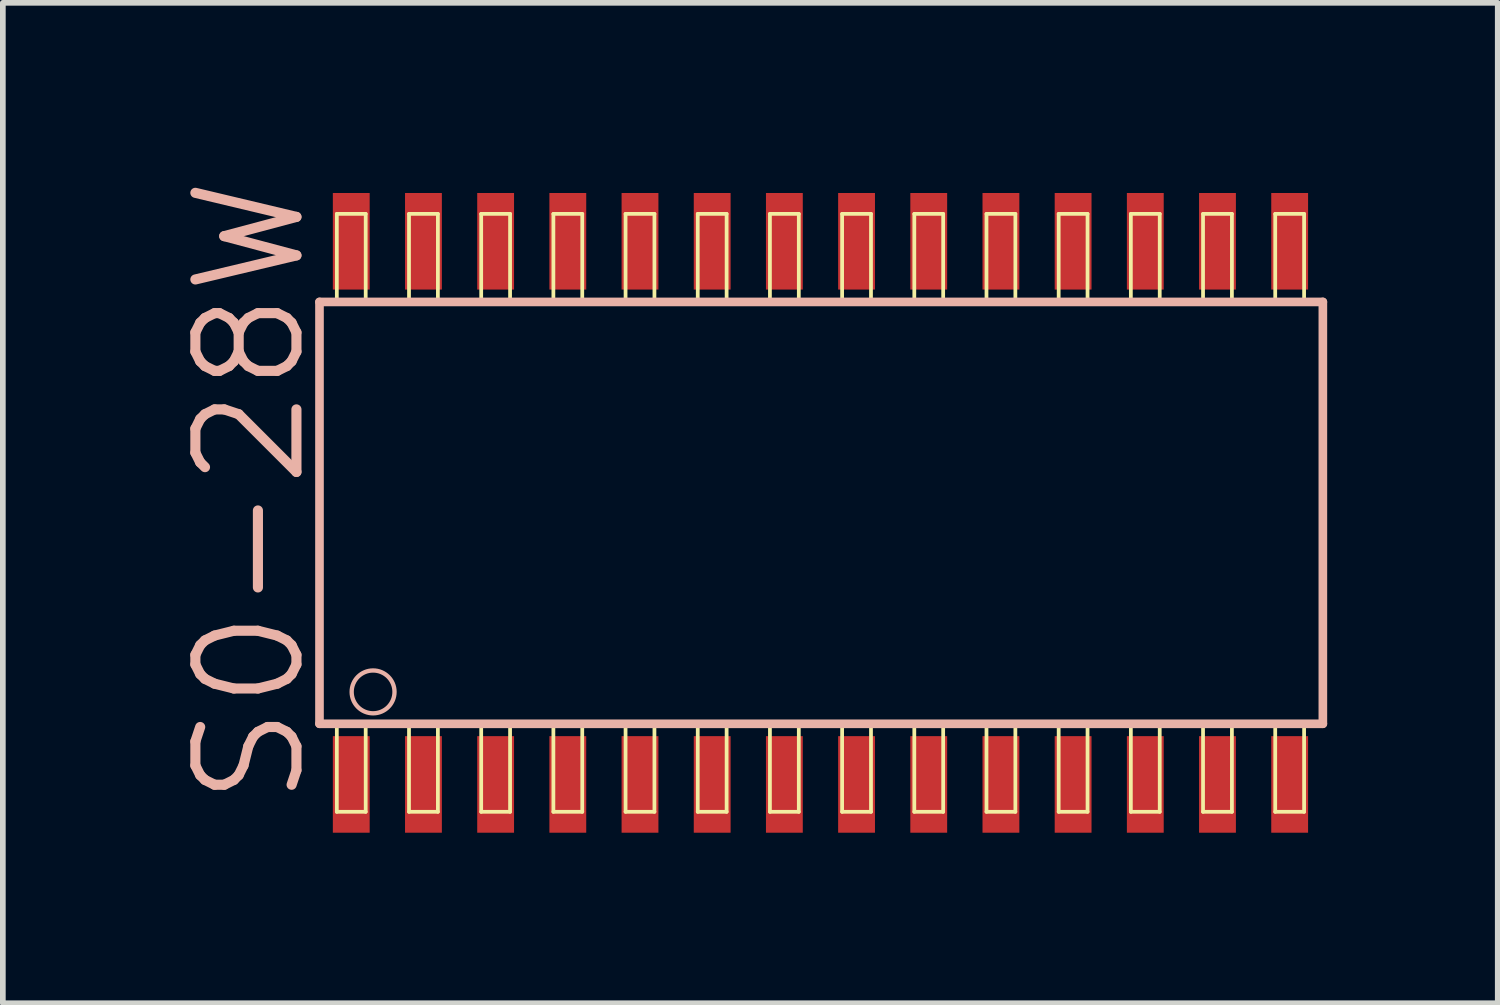
<source format=kicad_pcb>
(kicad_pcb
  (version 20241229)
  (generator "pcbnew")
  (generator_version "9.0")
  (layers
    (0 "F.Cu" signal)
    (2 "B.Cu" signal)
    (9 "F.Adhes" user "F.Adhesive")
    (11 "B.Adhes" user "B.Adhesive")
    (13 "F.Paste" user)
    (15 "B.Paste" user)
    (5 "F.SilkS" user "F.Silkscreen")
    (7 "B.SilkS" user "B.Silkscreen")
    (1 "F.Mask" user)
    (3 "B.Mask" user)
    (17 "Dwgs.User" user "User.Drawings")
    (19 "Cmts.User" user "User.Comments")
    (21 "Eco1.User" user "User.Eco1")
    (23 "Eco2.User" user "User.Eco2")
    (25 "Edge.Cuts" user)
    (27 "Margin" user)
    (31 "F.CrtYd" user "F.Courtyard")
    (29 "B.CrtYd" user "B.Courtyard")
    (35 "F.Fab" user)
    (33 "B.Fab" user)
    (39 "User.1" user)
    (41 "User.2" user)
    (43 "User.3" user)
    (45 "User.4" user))
  (footprint "S0-28W"
    (layer "F.Cu")
    (at 10.75 5.973)
    (property "Reference" "S0-28W" (at -9.398 -0.381 90) (layer "B.SilkS") (effects (font (size 1.778 1.778) (thickness 0.178))))
    (attr smd)
    (fp_line (start -7.874 -5.26) (end -7.366 -5.26) (stroke (width 0.066) (type solid)) (layer "F.SilkS"))
    (fp_line (start -7.874 -3.736) (end -7.874 -5.26) (stroke (width 0.066) (type solid)) (layer "F.SilkS"))
    (fp_line (start -7.874 -3.736) (end -7.366 -3.736) (stroke (width 0.066) (type solid)) (layer "F.SilkS"))
    (fp_line (start -7.874 3.736) (end -7.366 3.736) (stroke (width 0.066) (type solid)) (layer "F.SilkS"))
    (fp_line (start -7.874 5.26) (end -7.874 3.736) (stroke (width 0.066) (type solid)) (layer "F.SilkS"))
    (fp_line (start -7.874 5.26) (end -7.366 5.26) (stroke (width 0.066) (type solid)) (layer "F.SilkS"))
    (fp_line (start -7.366 -3.736) (end -7.366 -5.26) (stroke (width 0.066) (type solid)) (layer "F.SilkS"))
    (fp_line (start -7.366 5.26) (end -7.366 3.736) (stroke (width 0.066) (type solid)) (layer "F.SilkS"))
    (fp_line (start -6.604 -5.26) (end -6.096 -5.26) (stroke (width 0.066) (type solid)) (layer "F.SilkS"))
    (fp_line (start -6.604 -3.736) (end -6.604 -5.26) (stroke (width 0.066) (type solid)) (layer "F.SilkS"))
    (fp_line (start -6.604 -3.736) (end -6.096 -3.736) (stroke (width 0.066) (type solid)) (layer "F.SilkS"))
    (fp_line (start -6.604 3.736) (end -6.096 3.736) (stroke (width 0.066) (type solid)) (layer "F.SilkS"))
    (fp_line (start -6.604 5.26) (end -6.604 3.736) (stroke (width 0.066) (type solid)) (layer "F.SilkS"))
    (fp_line (start -6.604 5.26) (end -6.096 5.26) (stroke (width 0.066) (type solid)) (layer "F.SilkS"))
    (fp_line (start -6.096 -3.736) (end -6.096 -5.26) (stroke (width 0.066) (type solid)) (layer "F.SilkS"))
    (fp_line (start -6.096 5.26) (end -6.096 3.736) (stroke (width 0.066) (type solid)) (layer "F.SilkS"))
    (fp_line (start -5.334 -5.26) (end -4.826 -5.26) (stroke (width 0.066) (type solid)) (layer "F.SilkS"))
    (fp_line (start -5.334 -3.736) (end -5.334 -5.26) (stroke (width 0.066) (type solid)) (layer "F.SilkS"))
    (fp_line (start -5.334 -3.736) (end -4.826 -3.736) (stroke (width 0.066) (type solid)) (layer "F.SilkS"))
    (fp_line (start -5.334 3.736) (end -4.826 3.736) (stroke (width 0.066) (type solid)) (layer "F.SilkS"))
    (fp_line (start -5.334 5.26) (end -5.334 3.736) (stroke (width 0.066) (type solid)) (layer "F.SilkS"))
    (fp_line (start -5.334 5.26) (end -4.826 5.26) (stroke (width 0.066) (type solid)) (layer "F.SilkS"))
    (fp_line (start -4.826 -3.736) (end -4.826 -5.26) (stroke (width 0.066) (type solid)) (layer "F.SilkS"))
    (fp_line (start -4.826 5.26) (end -4.826 3.736) (stroke (width 0.066) (type solid)) (layer "F.SilkS"))
    (fp_line (start -4.064 -5.26) (end -3.556 -5.26) (stroke (width 0.066) (type solid)) (layer "F.SilkS"))
    (fp_line (start -4.064 -3.736) (end -4.064 -5.26) (stroke (width 0.066) (type solid)) (layer "F.SilkS"))
    (fp_line (start -4.064 -3.736) (end -3.556 -3.736) (stroke (width 0.066) (type solid)) (layer "F.SilkS"))
    (fp_line (start -4.064 3.736) (end -3.556 3.736) (stroke (width 0.066) (type solid)) (layer "F.SilkS"))
    (fp_line (start -4.064 5.26) (end -4.064 3.736) (stroke (width 0.066) (type solid)) (layer "F.SilkS"))
    (fp_line (start -4.064 5.26) (end -3.556 5.26) (stroke (width 0.066) (type solid)) (layer "F.SilkS"))
    (fp_line (start -3.556 -3.736) (end -3.556 -5.26) (stroke (width 0.066) (type solid)) (layer "F.SilkS"))
    (fp_line (start -3.556 5.26) (end -3.556 3.736) (stroke (width 0.066) (type solid)) (layer "F.SilkS"))
    (fp_line (start -2.794 -5.26) (end -2.286 -5.26) (stroke (width 0.066) (type solid)) (layer "F.SilkS"))
    (fp_line (start -2.794 -3.736) (end -2.794 -5.26) (stroke (width 0.066) (type solid)) (layer "F.SilkS"))
    (fp_line (start -2.794 -3.736) (end -2.286 -3.736) (stroke (width 0.066) (type solid)) (layer "F.SilkS"))
    (fp_line (start -2.794 3.736) (end -2.286 3.736) (stroke (width 0.066) (type solid)) (layer "F.SilkS"))
    (fp_line (start -2.794 5.26) (end -2.794 3.736) (stroke (width 0.066) (type solid)) (layer "F.SilkS"))
    (fp_line (start -2.794 5.26) (end -2.286 5.26) (stroke (width 0.066) (type solid)) (layer "F.SilkS"))
    (fp_line (start -2.286 -3.736) (end -2.286 -5.26) (stroke (width 0.066) (type solid)) (layer "F.SilkS"))
    (fp_line (start -2.286 5.26) (end -2.286 3.736) (stroke (width 0.066) (type solid)) (layer "F.SilkS"))
    (fp_line (start -1.524 -5.26) (end -1.016 -5.26) (stroke (width 0.066) (type solid)) (layer "F.SilkS"))
    (fp_line (start -1.524 -3.736) (end -1.524 -5.26) (stroke (width 0.066) (type solid)) (layer "F.SilkS"))
    (fp_line (start -1.524 -3.736) (end -1.016 -3.736) (stroke (width 0.066) (type solid)) (layer "F.SilkS"))
    (fp_line (start -1.524 3.736) (end -1.016 3.736) (stroke (width 0.066) (type solid)) (layer "F.SilkS"))
    (fp_line (start -1.524 5.26) (end -1.524 3.736) (stroke (width 0.066) (type solid)) (layer "F.SilkS"))
    (fp_line (start -1.524 5.26) (end -1.016 5.26) (stroke (width 0.066) (type solid)) (layer "F.SilkS"))
    (fp_line (start -1.016 -3.736) (end -1.016 -5.26) (stroke (width 0.066) (type solid)) (layer "F.SilkS"))
    (fp_line (start -1.016 5.26) (end -1.016 3.736) (stroke (width 0.066) (type solid)) (layer "F.SilkS"))
    (fp_line (start -0.254 -5.26) (end 0.254 -5.26) (stroke (width 0.066) (type solid)) (layer "F.SilkS"))
    (fp_line (start -0.254 -3.736) (end -0.254 -5.26) (stroke (width 0.066) (type solid)) (layer "F.SilkS"))
    (fp_line (start -0.254 -3.736) (end 0.254 -3.736) (stroke (width 0.066) (type solid)) (layer "F.SilkS"))
    (fp_line (start -0.254 3.736) (end 0.254 3.736) (stroke (width 0.066) (type solid)) (layer "F.SilkS"))
    (fp_line (start -0.254 5.26) (end -0.254 3.736) (stroke (width 0.066) (type solid)) (layer "F.SilkS"))
    (fp_line (start -0.254 5.26) (end 0.254 5.26) (stroke (width 0.066) (type solid)) (layer "F.SilkS"))
    (fp_line (start 0.254 -3.736) (end 0.254 -5.26) (stroke (width 0.066) (type solid)) (layer "F.SilkS"))
    (fp_line (start 0.254 5.26) (end 0.254 3.736) (stroke (width 0.066) (type solid)) (layer "F.SilkS"))
    (fp_line (start 1.016 -5.26) (end 1.524 -5.26) (stroke (width 0.066) (type solid)) (layer "F.SilkS"))
    (fp_line (start 1.016 -3.736) (end 1.016 -5.26) (stroke (width 0.066) (type solid)) (layer "F.SilkS"))
    (fp_line (start 1.016 -3.736) (end 1.524 -3.736) (stroke (width 0.066) (type solid)) (layer "F.SilkS"))
    (fp_line (start 1.016 3.736) (end 1.524 3.736) (stroke (width 0.066) (type solid)) (layer "F.SilkS"))
    (fp_line (start 1.016 5.26) (end 1.016 3.736) (stroke (width 0.066) (type solid)) (layer "F.SilkS"))
    (fp_line (start 1.016 5.26) (end 1.524 5.26) (stroke (width 0.066) (type solid)) (layer "F.SilkS"))
    (fp_line (start 1.524 -3.736) (end 1.524 -5.26) (stroke (width 0.066) (type solid)) (layer "F.SilkS"))
    (fp_line (start 1.524 5.26) (end 1.524 3.736) (stroke (width 0.066) (type solid)) (layer "F.SilkS"))
    (fp_line (start 2.286 -5.26) (end 2.794 -5.26) (stroke (width 0.066) (type solid)) (layer "F.SilkS"))
    (fp_line (start 2.286 -3.736) (end 2.286 -5.26) (stroke (width 0.066) (type solid)) (layer "F.SilkS"))
    (fp_line (start 2.286 -3.736) (end 2.794 -3.736) (stroke (width 0.066) (type solid)) (layer "F.SilkS"))
    (fp_line (start 2.286 3.736) (end 2.794 3.736) (stroke (width 0.066) (type solid)) (layer "F.SilkS"))
    (fp_line (start 2.286 5.26) (end 2.286 3.736) (stroke (width 0.066) (type solid)) (layer "F.SilkS"))
    (fp_line (start 2.286 5.26) (end 2.794 5.26) (stroke (width 0.066) (type solid)) (layer "F.SilkS"))
    (fp_line (start 2.794 -3.736) (end 2.794 -5.26) (stroke (width 0.066) (type solid)) (layer "F.SilkS"))
    (fp_line (start 2.794 5.26) (end 2.794 3.736) (stroke (width 0.066) (type solid)) (layer "F.SilkS"))
    (fp_line (start 3.556 -5.26) (end 4.064 -5.26) (stroke (width 0.066) (type solid)) (layer "F.SilkS"))
    (fp_line (start 3.556 -3.736) (end 3.556 -5.26) (stroke (width 0.066) (type solid)) (layer "F.SilkS"))
    (fp_line (start 3.556 -3.736) (end 4.064 -3.736) (stroke (width 0.066) (type solid)) (layer "F.SilkS"))
    (fp_line (start 3.556 3.736) (end 4.064 3.736) (stroke (width 0.066) (type solid)) (layer "F.SilkS"))
    (fp_line (start 3.556 5.26) (end 3.556 3.736) (stroke (width 0.066) (type solid)) (layer "F.SilkS"))
    (fp_line (start 3.556 5.26) (end 4.064 5.26) (stroke (width 0.066) (type solid)) (layer "F.SilkS"))
    (fp_line (start 4.064 -3.736) (end 4.064 -5.26) (stroke (width 0.066) (type solid)) (layer "F.SilkS"))
    (fp_line (start 4.064 5.26) (end 4.064 3.736) (stroke (width 0.066) (type solid)) (layer "F.SilkS"))
    (fp_line (start 4.826 -5.26) (end 5.334 -5.26) (stroke (width 0.066) (type solid)) (layer "F.SilkS"))
    (fp_line (start 4.826 -3.736) (end 4.826 -5.26) (stroke (width 0.066) (type solid)) (layer "F.SilkS"))
    (fp_line (start 4.826 -3.736) (end 5.334 -3.736) (stroke (width 0.066) (type solid)) (layer "F.SilkS"))
    (fp_line (start 4.826 3.736) (end 5.334 3.736) (stroke (width 0.066) (type solid)) (layer "F.SilkS"))
    (fp_line (start 4.826 5.26) (end 4.826 3.736) (stroke (width 0.066) (type solid)) (layer "F.SilkS"))
    (fp_line (start 4.826 5.26) (end 5.334 5.26) (stroke (width 0.066) (type solid)) (layer "F.SilkS"))
    (fp_line (start 5.334 -3.736) (end 5.334 -5.26) (stroke (width 0.066) (type solid)) (layer "F.SilkS"))
    (fp_line (start 5.334 5.26) (end 5.334 3.736) (stroke (width 0.066) (type solid)) (layer "F.SilkS"))
    (fp_line (start 6.096 -5.26) (end 6.604 -5.26) (stroke (width 0.066) (type solid)) (layer "F.SilkS"))
    (fp_line (start 6.096 -3.736) (end 6.096 -5.26) (stroke (width 0.066) (type solid)) (layer "F.SilkS"))
    (fp_line (start 6.096 -3.736) (end 6.604 -3.736) (stroke (width 0.066) (type solid)) (layer "F.SilkS"))
    (fp_line (start 6.096 3.736) (end 6.604 3.736) (stroke (width 0.066) (type solid)) (layer "F.SilkS"))
    (fp_line (start 6.096 5.26) (end 6.096 3.736) (stroke (width 0.066) (type solid)) (layer "F.SilkS"))
    (fp_line (start 6.096 5.26) (end 6.604 5.26) (stroke (width 0.066) (type solid)) (layer "F.SilkS"))
    (fp_line (start 6.604 -3.736) (end 6.604 -5.26) (stroke (width 0.066) (type solid)) (layer "F.SilkS"))
    (fp_line (start 6.604 5.26) (end 6.604 3.736) (stroke (width 0.066) (type solid)) (layer "F.SilkS"))
    (fp_line (start 7.366 -5.26) (end 7.874 -5.26) (stroke (width 0.066) (type solid)) (layer "F.SilkS"))
    (fp_line (start 7.366 -3.736) (end 7.366 -5.26) (stroke (width 0.066) (type solid)) (layer "F.SilkS"))
    (fp_line (start 7.366 -3.736) (end 7.874 -3.736) (stroke (width 0.066) (type solid)) (layer "F.SilkS"))
    (fp_line (start 7.366 3.736) (end 7.874 3.736) (stroke (width 0.066) (type solid)) (layer "F.SilkS"))
    (fp_line (start 7.366 5.26) (end 7.366 3.736) (stroke (width 0.066) (type solid)) (layer "F.SilkS"))
    (fp_line (start 7.366 5.26) (end 7.874 5.26) (stroke (width 0.066) (type solid)) (layer "F.SilkS"))
    (fp_line (start 7.874 -3.736) (end 7.874 -5.26) (stroke (width 0.066) (type solid)) (layer "F.SilkS"))
    (fp_line (start 7.874 5.26) (end 7.874 3.736) (stroke (width 0.066) (type solid)) (layer "F.SilkS"))
    (fp_line (start 8.636 -5.26) (end 9.144 -5.26) (stroke (width 0.066) (type solid)) (layer "F.SilkS"))
    (fp_line (start 8.636 -3.736) (end 8.636 -5.26) (stroke (width 0.066) (type solid)) (layer "F.SilkS"))
    (fp_line (start 8.636 -3.736) (end 9.144 -3.736) (stroke (width 0.066) (type solid)) (layer "F.SilkS"))
    (fp_line (start 8.636 3.736) (end 9.144 3.736) (stroke (width 0.066) (type solid)) (layer "F.SilkS"))
    (fp_line (start 8.636 5.26) (end 8.636 3.736) (stroke (width 0.066) (type solid)) (layer "F.SilkS"))
    (fp_line (start 8.636 5.26) (end 9.144 5.26) (stroke (width 0.066) (type solid)) (layer "F.SilkS"))
    (fp_line (start 9.144 -3.736) (end 9.144 -5.26) (stroke (width 0.066) (type solid)) (layer "F.SilkS"))
    (fp_line (start 9.144 5.26) (end 9.144 3.736) (stroke (width 0.066) (type solid)) (layer "F.SilkS"))
    (fp_line (start -8.179 -3.711) (end -8.179 3.711) (stroke (width 0.152) (type solid)) (layer "B.SilkS"))
    (fp_line (start -8.179 3.711) (end 9.474 3.711) (stroke (width 0.152) (type solid)) (layer "B.SilkS"))
    (fp_line (start 9.474 -3.711) (end -8.179 -3.711) (stroke (width 0.152) (type solid)) (layer "B.SilkS"))
    (fp_line (start 9.474 3.711) (end 9.474 -3.711) (stroke (width 0.152) (type solid)) (layer "B.SilkS"))
    (fp_circle (center -7.236 3.15) (end -7.503 3.416) (stroke (width 0.076) (type solid)) (fill no) (layer "B.SilkS"))
    (pad "1" smd rect (at -7.62 4.778) (size 0.648 1.699) (layers "F.Cu" "F.Mask" "F.Paste"))
    (pad "2" smd rect (at -6.35 4.778) (size 0.648 1.699) (layers "F.Cu" "F.Mask" "F.Paste"))
    (pad "3" smd rect (at -5.08 4.778) (size 0.648 1.699) (layers "F.Cu" "F.Mask" "F.Paste"))
    (pad "4" smd rect (at -3.81 4.778) (size 0.648 1.699) (layers "F.Cu" "F.Mask" "F.Paste"))
    (pad "5" smd rect (at -2.54 4.778) (size 0.648 1.699) (layers "F.Cu" "F.Mask" "F.Paste"))
    (pad "6" smd rect (at -1.27 4.778) (size 0.648 1.699) (layers "F.Cu" "F.Mask" "F.Paste"))
    (pad "7" smd rect (at 0 4.778) (size 0.648 1.699) (layers "F.Cu" "F.Mask" "F.Paste"))
    (pad "8" smd rect (at 1.27 4.778) (size 0.648 1.699) (layers "F.Cu" "F.Mask" "F.Paste"))
    (pad "9" smd rect (at 2.54 4.778) (size 0.648 1.699) (layers "F.Cu" "F.Mask" "F.Paste"))
    (pad "10" smd rect (at 3.81 4.778) (size 0.648 1.699) (layers "F.Cu" "F.Mask" "F.Paste"))
    (pad "11" smd rect (at 5.08 4.778) (size 0.648 1.699) (layers "F.Cu" "F.Mask" "F.Paste"))
    (pad "12" smd rect (at 6.35 4.778) (size 0.648 1.699) (layers "F.Cu" "F.Mask" "F.Paste"))
    (pad "13" smd rect (at 7.62 4.778) (size 0.648 1.699) (layers "F.Cu" "F.Mask" "F.Paste"))
    (pad "14" smd rect (at 8.89 4.778) (size 0.648 1.699) (layers "F.Cu" "F.Mask" "F.Paste"))
    (pad "15" smd rect (at 8.89 -4.778) (size 0.648 1.699) (layers "F.Cu" "F.Mask" "F.Paste"))
    (pad "16" smd rect (at 7.62 -4.778) (size 0.648 1.699) (layers "F.Cu" "F.Mask" "F.Paste"))
    (pad "17" smd rect (at 6.35 -4.778) (size 0.648 1.699) (layers "F.Cu" "F.Mask" "F.Paste"))
    (pad "18" smd rect (at 5.08 -4.778) (size 0.648 1.699) (layers "F.Cu" "F.Mask" "F.Paste"))
    (pad "19" smd rect (at 3.81 -4.778) (size 0.648 1.699) (layers "F.Cu" "F.Mask" "F.Paste"))
    (pad "20" smd rect (at 2.54 -4.778) (size 0.648 1.699) (layers "F.Cu" "F.Mask" "F.Paste"))
    (pad "21" smd rect (at 1.27 -4.778) (size 0.648 1.699) (layers "F.Cu" "F.Mask" "F.Paste"))
    (pad "22" smd rect (at 0 -4.778) (size 0.648 1.699) (layers "F.Cu" "F.Mask" "F.Paste"))
    (pad "23" smd rect (at -1.27 -4.778) (size 0.648 1.699) (layers "F.Cu" "F.Mask" "F.Paste"))
    (pad "24" smd rect (at -2.54 -4.778) (size 0.648 1.699) (layers "F.Cu" "F.Mask" "F.Paste"))
    (pad "25" smd rect (at -3.81 -4.778) (size 0.648 1.699) (layers "F.Cu" "F.Mask" "F.Paste"))
    (pad "26" smd rect (at -5.08 -4.778) (size 0.648 1.699) (layers "F.Cu" "F.Mask" "F.Paste"))
    (pad "27" smd rect (at -6.35 -4.778) (size 0.648 1.699) (layers "F.Cu" "F.Mask" "F.Paste"))
    (pad "28" smd rect (at -7.62 -4.778) (size 0.648 1.699) (layers "F.Cu" "F.Mask" "F.Paste")))
  (gr_rect
    (start -3 -3)
    (end 23.301 14.601)
    (stroke (width 0.1) (type default))
    (fill no)
    (layer "Edge.Cuts")))
</source>
